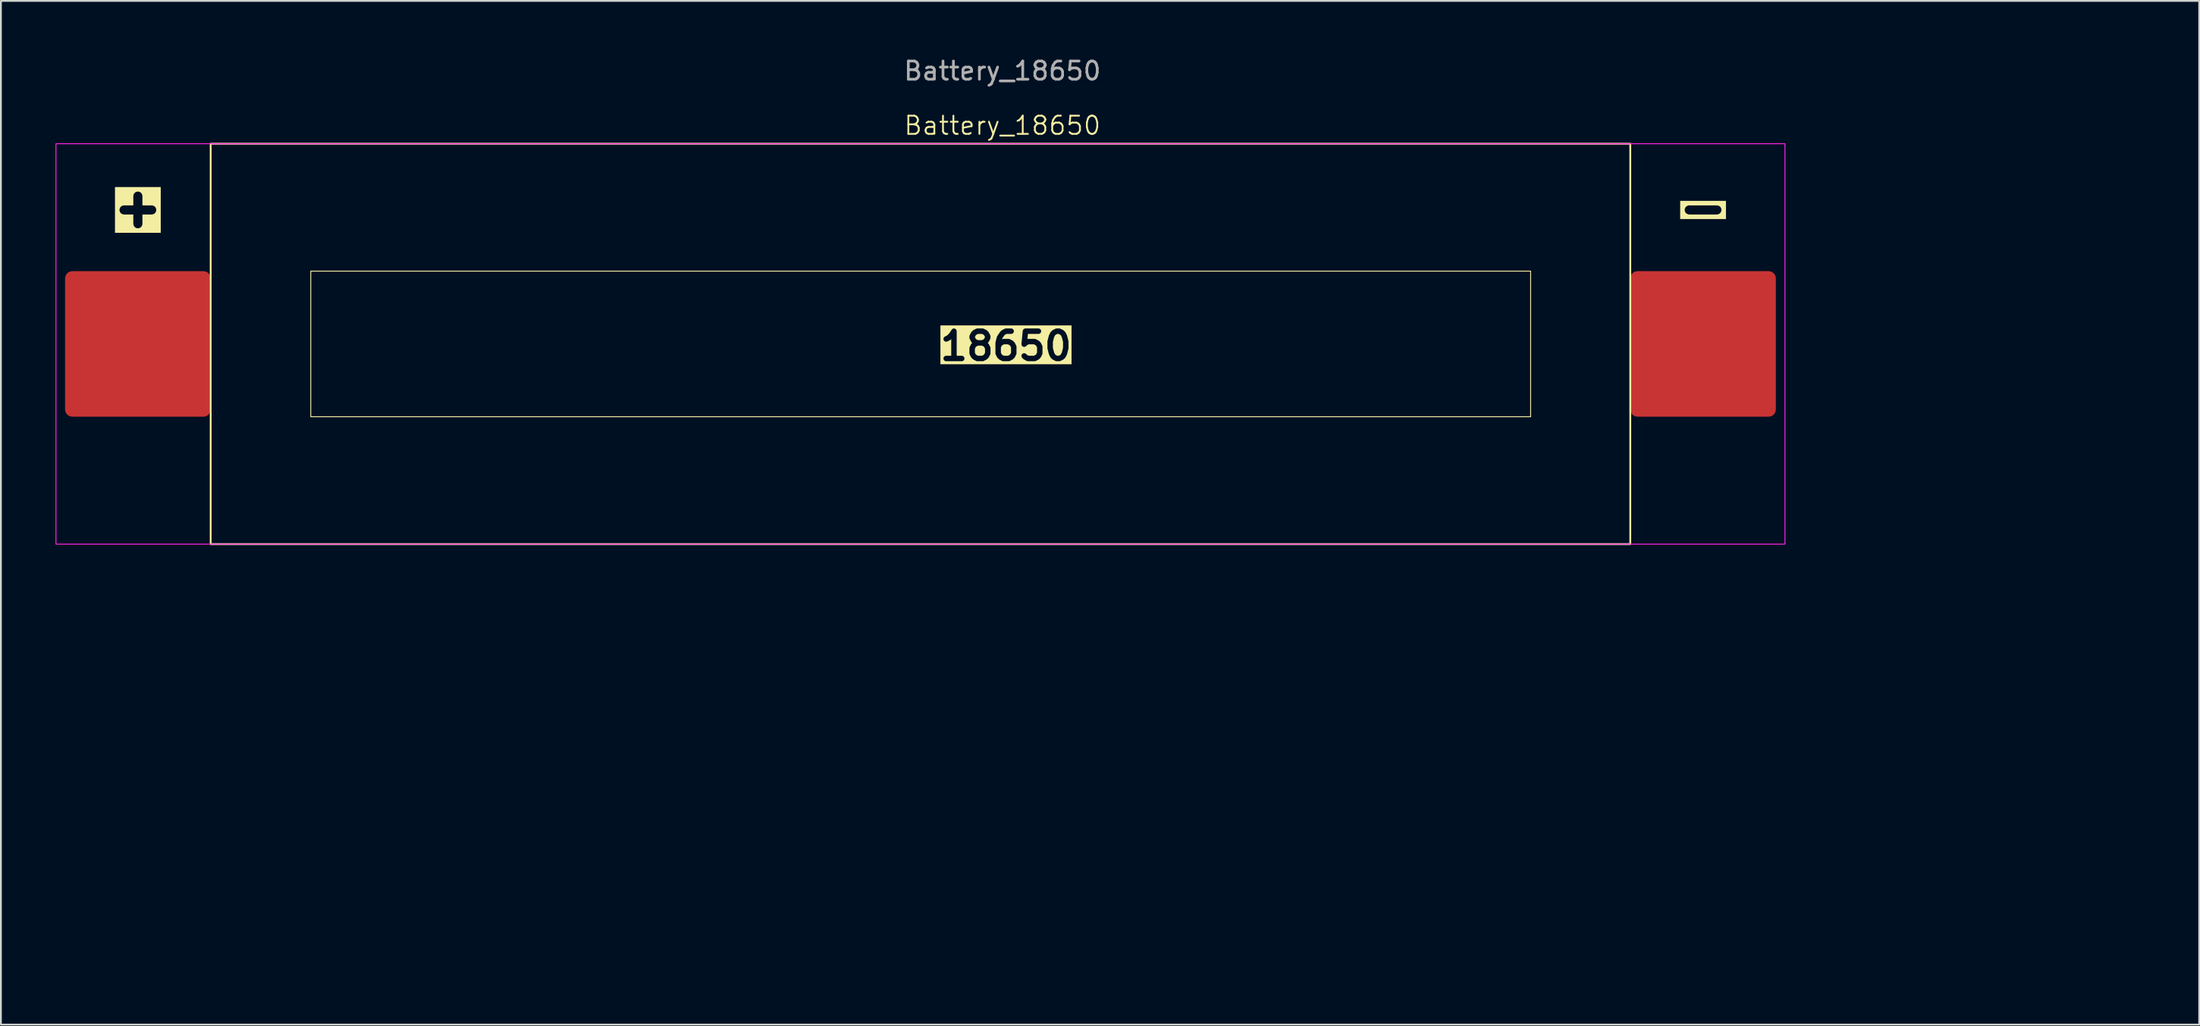
<source format=kicad_pcb>
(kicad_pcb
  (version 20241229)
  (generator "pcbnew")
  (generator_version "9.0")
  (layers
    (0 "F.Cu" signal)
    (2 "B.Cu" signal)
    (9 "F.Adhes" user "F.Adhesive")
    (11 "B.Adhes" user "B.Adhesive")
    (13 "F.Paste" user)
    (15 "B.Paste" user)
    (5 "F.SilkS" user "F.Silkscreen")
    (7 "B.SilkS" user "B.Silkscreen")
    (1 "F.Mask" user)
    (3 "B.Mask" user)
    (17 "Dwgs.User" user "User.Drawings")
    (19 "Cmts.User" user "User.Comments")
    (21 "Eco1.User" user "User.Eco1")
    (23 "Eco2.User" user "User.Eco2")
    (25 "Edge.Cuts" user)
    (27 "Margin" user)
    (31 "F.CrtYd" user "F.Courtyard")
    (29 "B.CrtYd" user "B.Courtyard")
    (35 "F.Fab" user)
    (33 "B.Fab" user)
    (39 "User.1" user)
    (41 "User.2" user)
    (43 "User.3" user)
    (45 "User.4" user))
  (footprint "Battery_18650"
    (layer "F.Cu")
    (at 52.025 15.848)
    (property "Reference" "Battery_18650" (at 0 -12 0) (unlocked yes) (layer "F.SilkS") (effects (font (size 1 1) (thickness 0.1))))
    (attr smd)
    (fp_rect (start -43.5 -11) (end 34.5 11) (stroke (width 0.1) (type default)) (fill no) (layer "F.SilkS"))
    (fp_rect (start -38 -4) (end 29.025 4) (stroke (width 0.05) (type default)) (fill no) (layer "F.SilkS"))
    (fp_rect (start -52 -11) (end 43 11) (stroke (width 0.05) (type default)) (fill no) (layer "F.CrtYd"))
    (fp_text user "-" (at 38.5 -7.5 0) (unlocked yes) (layer "F.SilkS" knockout) (effects (font (size 2 2) (thickness 0.5) (bold yes))))
    (fp_text user "+" (at -47.5 -7.5 0) (unlocked yes) (layer "F.SilkS" knockout) (effects (font (size 2 2) (thickness 0.5) (bold yes))))
    (fp_text user "          18650          " (at -15 1 0) (unlocked yes) (layer "F.SilkS" knockout) (effects (font (size 1.5 1.5) (thickness 0.3) (bold yes)) (justify left bottom)))
    (fp_text user "${REFERENCE}" (at 0 -15 0) (unlocked yes) (layer "F.Fab") (effects (font (size 1 1) (thickness 0.15))))
    (dimension (type aligned) (layer "User.1") (pts (xy 8.525 26.848) (xy 86.525 26.848)) (height 22.809) (format (prefix "") (suffix "") (units 3) (units_format 1) (precision 4)) (style (thickness 0.01) (arrow_length 1.27) (text_position_mode 0) (arrow_direction outward) (extension_height 0.586) (extension_offset 0.5) (keep_text_aligned yes)) (gr_text "78.0000 mm" (at 47.525 48.557 0) (layer "User.1") (effects (font (size 1 1) (thickness 0.1)))))
    (dimension (type aligned) (layer "User.1") (pts (xy 96.025 4.848) (xy 96.025 26.848)) (height -15) (format (prefix "") (suffix "") (units 3) (units_format 1) (precision 4)) (style (thickness 0.01) (arrow_length 1.27) (text_position_mode 0) (arrow_direction outward) (extension_height 0.586) (extension_offset 0.5) (keep_text_aligned yes)) (gr_text "22.0000 mm" (at 109.925 15.848 90) (layer "User.1") (effects (font (size 1 1) (thickness 0.1)))))
    (pad "1" smd roundrect (at -47.5 0) (size 8 8) (layers "F.Cu" "F.Mask" "F.Paste") (roundrect_rratio 0.05))
    (pad "2" smd roundrect (at 38.5 0) (size 8 8) (layers "F.Cu" "F.Mask" "F.Paste") (roundrect_rratio 0.05)))
  (gr_rect
    (start -3 -3)
    (end 117.785 53.249)
    (stroke (width 0.1) (type default))
    (fill no)
    (layer "Edge.Cuts")))
</source>
